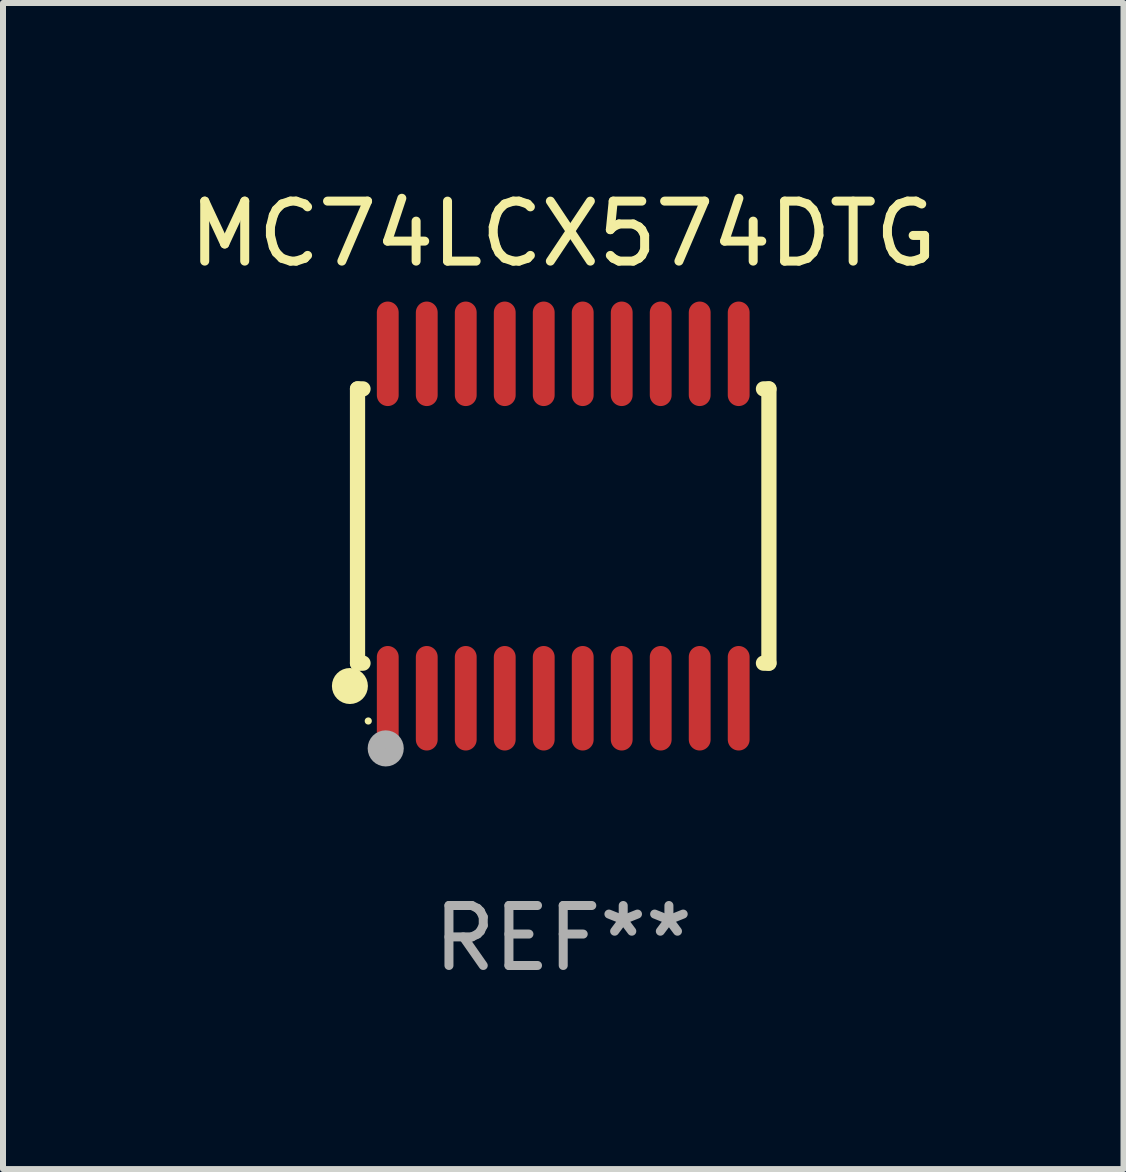
<source format=kicad_pcb>
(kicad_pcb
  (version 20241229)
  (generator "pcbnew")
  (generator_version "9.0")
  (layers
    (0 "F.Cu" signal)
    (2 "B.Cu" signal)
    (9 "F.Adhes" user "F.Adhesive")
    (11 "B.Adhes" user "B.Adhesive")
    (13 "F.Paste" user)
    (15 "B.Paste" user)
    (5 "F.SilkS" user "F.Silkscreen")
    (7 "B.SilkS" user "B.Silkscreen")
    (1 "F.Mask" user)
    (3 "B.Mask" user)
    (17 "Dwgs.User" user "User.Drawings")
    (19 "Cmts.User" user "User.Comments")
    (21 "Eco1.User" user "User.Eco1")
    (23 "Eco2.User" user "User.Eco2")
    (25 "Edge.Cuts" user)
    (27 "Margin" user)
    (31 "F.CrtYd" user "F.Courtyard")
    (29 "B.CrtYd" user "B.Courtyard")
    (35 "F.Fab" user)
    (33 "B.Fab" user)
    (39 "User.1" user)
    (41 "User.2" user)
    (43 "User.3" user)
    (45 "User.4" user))
  (footprint "MC74LCX574DTG"
    (layer "F.Cu")
    (at 6.339 5.719)
    (property "Reference" "MC74LCX574DTG" (at 0 -4.871 0) (layer "F.SilkS") (effects (font (size 1 1) (thickness 0.15))))
    (attr through_hole)
    (fp_line (start -3.429 -2.286) (end -3.429 2.286) (stroke (width 0.254) (type solid)) (layer "F.SilkS"))
    (fp_line (start -3.429 2.286) (end -3.338 2.286) (stroke (width 0.254) (type solid)) (layer "F.SilkS"))
    (fp_line (start -3.338 -2.286) (end -3.429 -2.286) (stroke (width 0.254) (type solid)) (layer "F.SilkS"))
    (fp_line (start 3.338 -2.286) (end 3.429 -2.286) (stroke (width 0.254) (type solid)) (layer "F.SilkS"))
    (fp_line (start 3.429 -2.286) (end 3.429 2.286) (stroke (width 0.254) (type solid)) (layer "F.SilkS"))
    (fp_line (start 3.429 2.286) (end 3.338 2.286) (stroke (width 0.254) (type solid)) (layer "F.SilkS"))
    (fp_circle (center -3.556 2.667) (end -3.406 2.667) (stroke (width 0.3) (type solid)) (fill no) (layer "F.SilkS"))
    (fp_circle (center -3.25 3.25) (end -3.22 3.25) (stroke (width 0.06) (type solid)) (fill no) (layer "F.SilkS"))
    (fp_circle (center -2.959 3.707) (end -2.808 3.707) (stroke (width 0.3) (type solid)) (fill no) (layer "F.Fab"))
    (fp_text user "REF**" (at 0 6.871 0) (layer "F.Fab") (effects (font (size 1 1) (thickness 0.15))))
    (pad "1" smd oval (at -2.925 2.871) (size 0.364 1.742) (layers "F.Cu" "F.Mask" "F.Paste"))
    (pad "2" smd oval (at -2.275 2.871) (size 0.364 1.742) (layers "F.Cu" "F.Mask" "F.Paste"))
    (pad "3" smd oval (at -1.625 2.871) (size 0.364 1.742) (layers "F.Cu" "F.Mask" "F.Paste"))
    (pad "4" smd oval (at -0.975 2.871) (size 0.364 1.742) (layers "F.Cu" "F.Mask" "F.Paste"))
    (pad "5" smd oval (at -0.325 2.871) (size 0.364 1.742) (layers "F.Cu" "F.Mask" "F.Paste"))
    (pad "6" smd oval (at 0.325 2.871) (size 0.364 1.742) (layers "F.Cu" "F.Mask" "F.Paste"))
    (pad "7" smd oval (at 0.975 2.871) (size 0.364 1.742) (layers "F.Cu" "F.Mask" "F.Paste"))
    (pad "8" smd oval (at 1.625 2.871) (size 0.364 1.742) (layers "F.Cu" "F.Mask" "F.Paste"))
    (pad "9" smd oval (at 2.275 2.871) (size 0.364 1.742) (layers "F.Cu" "F.Mask" "F.Paste"))
    (pad "10" smd oval (at 2.925 2.871) (size 0.364 1.742) (layers "F.Cu" "F.Mask" "F.Paste"))
    (pad "11" smd oval (at 2.925 -2.871) (size 0.364 1.742) (layers "F.Cu" "F.Mask" "F.Paste"))
    (pad "12" smd oval (at 2.275 -2.871) (size 0.364 1.742) (layers "F.Cu" "F.Mask" "F.Paste"))
    (pad "13" smd oval (at 1.625 -2.871) (size 0.364 1.742) (layers "F.Cu" "F.Mask" "F.Paste"))
    (pad "14" smd oval (at 0.975 -2.871) (size 0.364 1.742) (layers "F.Cu" "F.Mask" "F.Paste"))
    (pad "15" smd oval (at 0.325 -2.871) (size 0.364 1.742) (layers "F.Cu" "F.Mask" "F.Paste"))
    (pad "16" smd oval (at -0.325 -2.871) (size 0.364 1.742) (layers "F.Cu" "F.Mask" "F.Paste"))
    (pad "17" smd oval (at -0.975 -2.871) (size 0.364 1.742) (layers "F.Cu" "F.Mask" "F.Paste"))
    (pad "18" smd oval (at -1.625 -2.871) (size 0.364 1.742) (layers "F.Cu" "F.Mask" "F.Paste"))
    (pad "19" smd oval (at -2.275 -2.871) (size 0.364 1.742) (layers "F.Cu" "F.Mask" "F.Paste"))
    (pad "20" smd oval (at -2.925 -2.871) (size 0.364 1.742) (layers "F.Cu" "F.Mask" "F.Paste")))
  (gr_rect
    (start -3 -3)
    (end 15.679 16.438)
    (stroke (width 0.1) (type default))
    (fill no)
    (layer "Edge.Cuts")))
</source>
